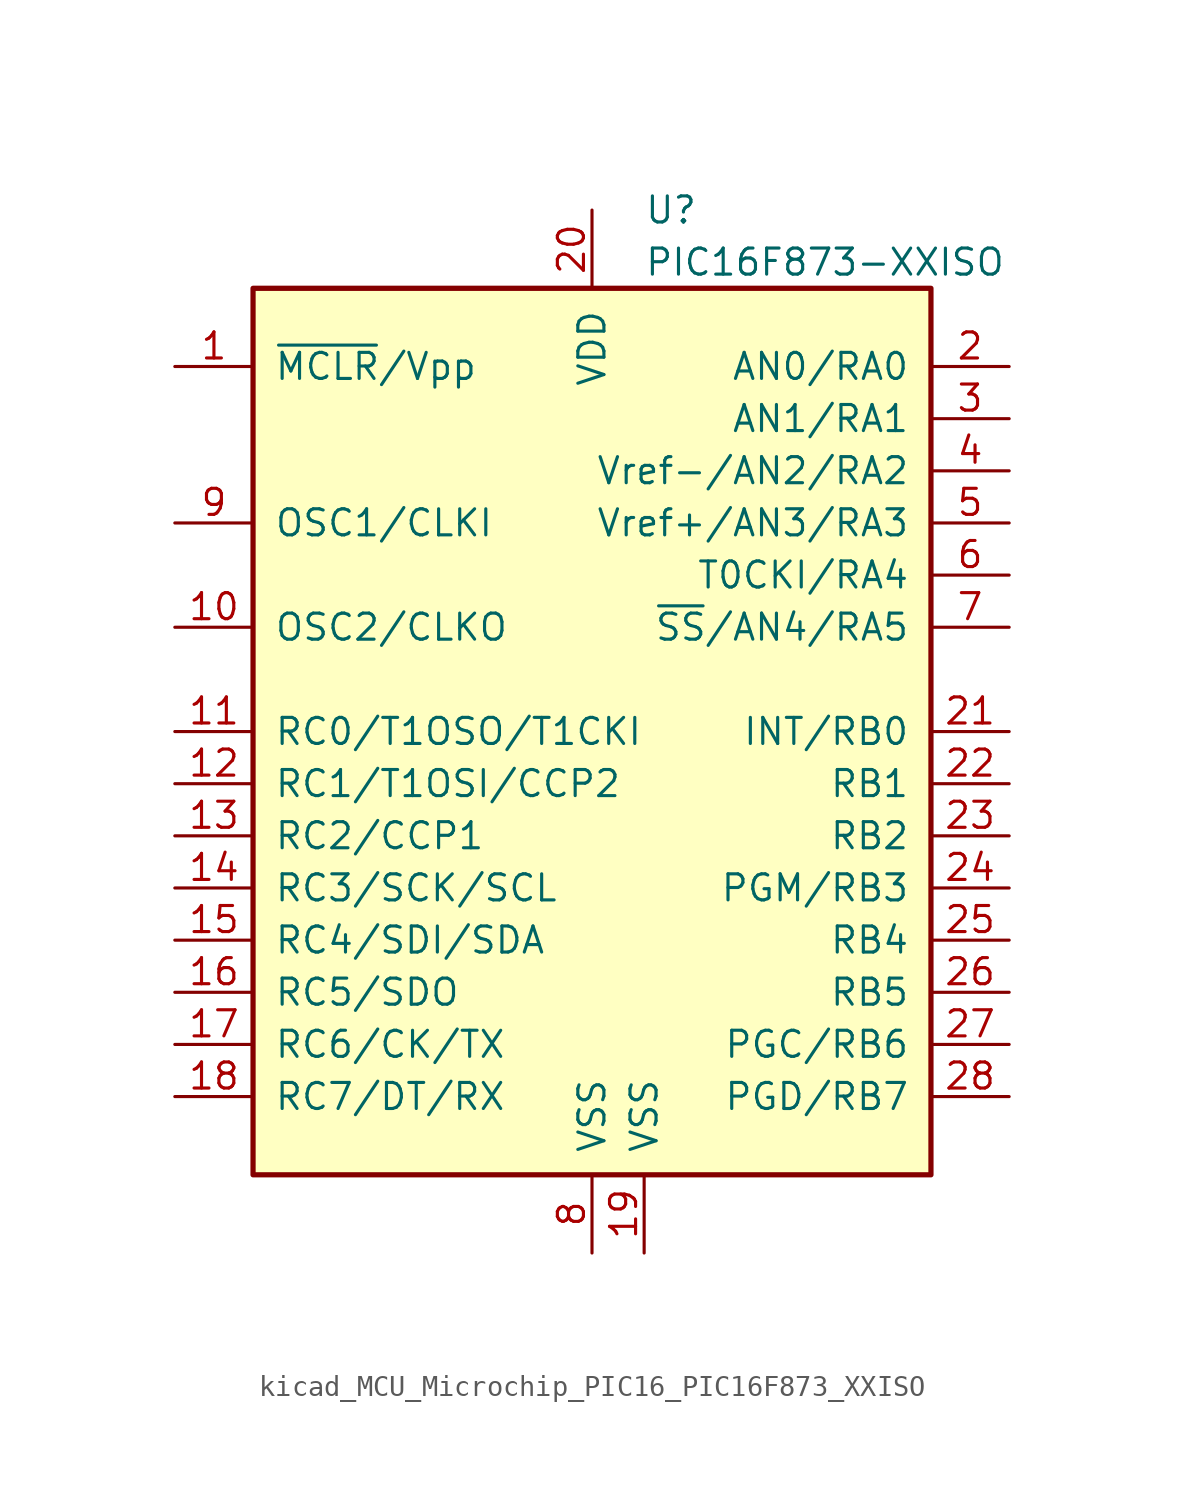
<source format=kicad_sym>
(kicad_symbol_lib
  (version 20220914)
  (generator kicad_symbol_editor)
  (symbol "kicad_MCU_Microchip_PIC16_PIC16F873_XXISO"
    (pin_names
      (offset 1.016))
    (property "Reference" "U"
      (at 2.54 25.4 0)
      (effects (font (size 1.27 1.27)) (justify left)))
    (property "Value" "PIC16F873-XXISO"
      (at 2.54 22.86 0)
      (effects (font (size 1.27 1.27)) (justify left)))
    (symbol "kicad_MCU_Microchip_PIC16_PIC16F873_XXISO_0_1"
      (rectangle (start -16.51 21.59) (end 16.51 -21.59) (stroke (width 0.254) (type default)) (fill (type background))))
    (symbol "kicad_MCU_Microchip_PIC16_PIC16F873_XXISO_1_1"
      (pin input line (at -20.32 17.78 0) (length 3.81) (name "~{MCLR}/Vpp" (effects (font (size 1.27 1.27)))) (number "1" (effects (font (size 1.27 1.27)))))
      (pin output line (at -20.32 5.08 0) (length 3.81) (name "OSC2/CLKO" (effects (font (size 1.27 1.27)))) (number "10" (effects (font (size 1.27 1.27)))))
      (pin bidirectional line (at -20.32 0 0) (length 3.81) (name "RC0/T1OSO/T1CKI" (effects (font (size 1.27 1.27)))) (number "11" (effects (font (size 1.27 1.27)))))
      (pin bidirectional line (at -20.32 -2.54 0) (length 3.81) (name "RC1/T1OSI/CCP2" (effects (font (size 1.27 1.27)))) (number "12" (effects (font (size 1.27 1.27)))))
      (pin bidirectional line (at -20.32 -5.08 0) (length 3.81) (name "RC2/CCP1" (effects (font (size 1.27 1.27)))) (number "13" (effects (font (size 1.27 1.27)))))
      (pin bidirectional line (at -20.32 -7.62 0) (length 3.81) (name "RC3/SCK/SCL" (effects (font (size 1.27 1.27)))) (number "14" (effects (font (size 1.27 1.27)))))
      (pin bidirectional line (at -20.32 -10.16 0) (length 3.81) (name "RC4/SDI/SDA" (effects (font (size 1.27 1.27)))) (number "15" (effects (font (size 1.27 1.27)))))
      (pin bidirectional line (at -20.32 -12.7 0) (length 3.81) (name "RC5/SDO" (effects (font (size 1.27 1.27)))) (number "16" (effects (font (size 1.27 1.27)))))
      (pin bidirectional line (at -20.32 -15.24 0) (length 3.81) (name "RC6/CK/TX" (effects (font (size 1.27 1.27)))) (number "17" (effects (font (size 1.27 1.27)))))
      (pin bidirectional line (at -20.32 -17.78 0) (length 3.81) (name "RC7/DT/RX" (effects (font (size 1.27 1.27)))) (number "18" (effects (font (size 1.27 1.27)))))
      (pin power_in line (at 2.54 -25.4 90) (length 3.81) (name "VSS" (effects (font (size 1.27 1.27)))) (number "19" (effects (font (size 1.27 1.27)))))
      (pin bidirectional line (at 20.32 17.78 180) (length 3.81) (name "AN0/RA0" (effects (font (size 1.27 1.27)))) (number "2" (effects (font (size 1.27 1.27)))))
      (pin power_in line (at 0 25.4 270) (length 3.81) (name "VDD" (effects (font (size 1.27 1.27)))) (number "20" (effects (font (size 1.27 1.27)))))
      (pin bidirectional line (at 20.32 0 180) (length 3.81) (name "INT/RB0" (effects (font (size 1.27 1.27)))) (number "21" (effects (font (size 1.27 1.27)))))
      (pin bidirectional line (at 20.32 -2.54 180) (length 3.81) (name "RB1" (effects (font (size 1.27 1.27)))) (number "22" (effects (font (size 1.27 1.27)))))
      (pin bidirectional line (at 20.32 -5.08 180) (length 3.81) (name "RB2" (effects (font (size 1.27 1.27)))) (number "23" (effects (font (size 1.27 1.27)))))
      (pin bidirectional line (at 20.32 -7.62 180) (length 3.81) (name "PGM/RB3" (effects (font (size 1.27 1.27)))) (number "24" (effects (font (size 1.27 1.27)))))
      (pin bidirectional line (at 20.32 -10.16 180) (length 3.81) (name "RB4" (effects (font (size 1.27 1.27)))) (number "25" (effects (font (size 1.27 1.27)))))
      (pin bidirectional line (at 20.32 -12.7 180) (length 3.81) (name "RB5" (effects (font (size 1.27 1.27)))) (number "26" (effects (font (size 1.27 1.27)))))
      (pin bidirectional line (at 20.32 -15.24 180) (length 3.81) (name "PGC/RB6" (effects (font (size 1.27 1.27)))) (number "27" (effects (font (size 1.27 1.27)))))
      (pin bidirectional line (at 20.32 -17.78 180) (length 3.81) (name "PGD/RB7" (effects (font (size 1.27 1.27)))) (number "28" (effects (font (size 1.27 1.27)))))
      (pin bidirectional line (at 20.32 15.24 180) (length 3.81) (name "AN1/RA1" (effects (font (size 1.27 1.27)))) (number "3" (effects (font (size 1.27 1.27)))))
      (pin bidirectional line (at 20.32 12.7 180) (length 3.81) (name "Vref-/AN2/RA2" (effects (font (size 1.27 1.27)))) (number "4" (effects (font (size 1.27 1.27)))))
      (pin bidirectional line (at 20.32 10.16 180) (length 3.81) (name "Vref+/AN3/RA3" (effects (font (size 1.27 1.27)))) (number "5" (effects (font (size 1.27 1.27)))))
      (pin bidirectional line (at 20.32 7.62 180) (length 3.81) (name "T0CKI/RA4" (effects (font (size 1.27 1.27)))) (number "6" (effects (font (size 1.27 1.27)))))
      (pin bidirectional line (at 20.32 5.08 180) (length 3.81) (name "~{SS}/AN4/RA5" (effects (font (size 1.27 1.27)))) (number "7" (effects (font (size 1.27 1.27)))))
      (pin power_in line (at 0 -25.4 90) (length 3.81) (name "VSS" (effects (font (size 1.27 1.27)))) (number "8" (effects (font (size 1.27 1.27)))))
      (pin input line (at -20.32 10.16 0) (length 3.81) (name "OSC1/CLKI" (effects (font (size 1.27 1.27)))) (number "9" (effects (font (size 1.27 1.27))))))))
</source>
